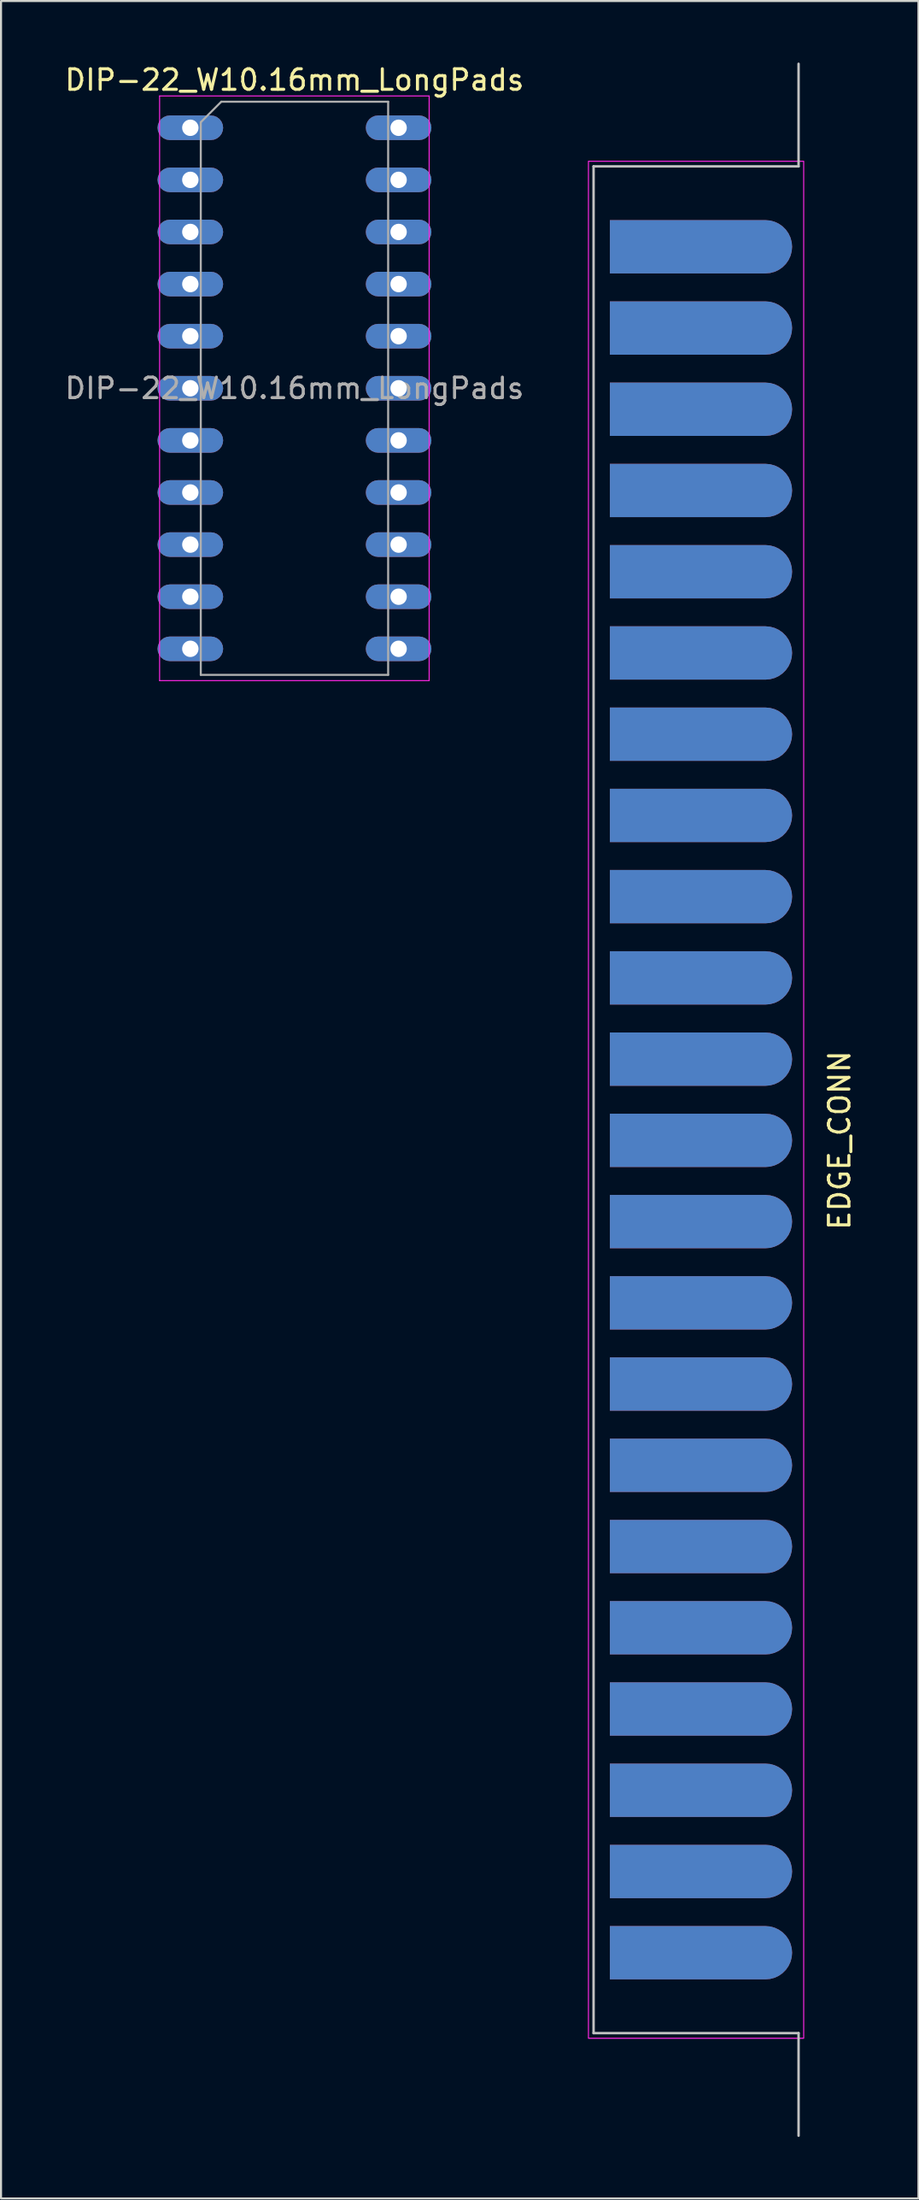
<source format=kicad_pcb>
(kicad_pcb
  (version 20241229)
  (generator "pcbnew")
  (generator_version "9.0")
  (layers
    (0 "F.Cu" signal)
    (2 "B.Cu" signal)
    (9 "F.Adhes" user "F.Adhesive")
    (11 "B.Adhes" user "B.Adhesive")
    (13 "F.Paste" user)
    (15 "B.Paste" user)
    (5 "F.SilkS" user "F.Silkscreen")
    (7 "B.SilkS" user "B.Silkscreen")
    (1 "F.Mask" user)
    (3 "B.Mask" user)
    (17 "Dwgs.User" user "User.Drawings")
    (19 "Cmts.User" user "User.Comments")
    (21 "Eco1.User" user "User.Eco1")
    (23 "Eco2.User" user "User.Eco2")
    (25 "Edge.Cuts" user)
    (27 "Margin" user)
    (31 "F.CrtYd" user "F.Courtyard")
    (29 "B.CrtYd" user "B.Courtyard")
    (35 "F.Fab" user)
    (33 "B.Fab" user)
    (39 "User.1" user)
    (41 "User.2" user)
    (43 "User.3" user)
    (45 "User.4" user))
  (footprint "EDGE_CONN"
    (layer "F.Cu")
    (at 31.146 50.56)
    (property "Reference" "EDGE_CONN" (at 6.76 1.98 90) (layer "F.SilkS") (effects (font (size 1 1) (thickness 0.15))))
    (attr smd)
    (fp_rect (start -5.36 -45.62) (end 4.7 45.62) (stroke (width 0.12) (type solid)) (fill yes) (layer "F.Mask"))
    (fp_rect (start -5.37 -45.62) (end 4.7 45.62) (stroke (width 0.12) (type solid)) (fill yes) (layer "B.Mask"))
    (fp_line (start -5.24 -45.5) (end -5.24 45.5) (stroke (width 0.12) (type solid)) (layer "Dwgs.User"))
    (fp_line (start -5.24 -45.5) (end 4.76 -45.5) (stroke (width 0.12) (type solid)) (layer "Dwgs.User"))
    (fp_line (start -5.24 45.5) (end 4.76 45.5) (stroke (width 0.12) (type solid)) (layer "Dwgs.User"))
    (fp_line (start 4.76 -45.5) (end 4.76 -50.5) (stroke (width 0.12) (type solid)) (layer "Dwgs.User"))
    (fp_line (start 4.76 45.5) (end 4.76 50.5) (stroke (width 0.12) (type solid)) (layer "Dwgs.User"))
    (fp_rect (start -5.49 -45.75) (end 5.01 45.75) (stroke (width 0.05) (type default)) (fill no) (layer "F.CrtYd"))
    (pad "1" connect roundrect (at 0 -41.58 90) (size 2.6 8.89) (layers "F.Cu") (roundrect_rratio 0.5) (chamfer_ratio 0) (chamfer top_left top_right))
    (pad "2" connect roundrect (at 0 -37.62 90) (size 2.6 8.89) (layers "F.Cu") (roundrect_rratio 0.5) (chamfer_ratio 0) (chamfer top_left top_right))
    (pad "3" connect roundrect (at 0 -33.66 90) (size 2.6 8.89) (layers "F.Cu") (roundrect_rratio 0.5) (chamfer_ratio 0) (chamfer top_left top_right))
    (pad "4" connect roundrect (at 0 -29.7 90) (size 2.6 8.89) (layers "F.Cu") (roundrect_rratio 0.5) (chamfer_ratio 0) (chamfer top_left top_right))
    (pad "5" connect roundrect (at 0 -25.74 90) (size 2.6 8.89) (layers "F.Cu") (roundrect_rratio 0.5) (chamfer_ratio 0) (chamfer top_left top_right))
    (pad "6" connect roundrect (at 0 -21.78 90) (size 2.6 8.89) (layers "F.Cu") (roundrect_rratio 0.5) (chamfer_ratio 0) (chamfer top_left top_right))
    (pad "7" connect roundrect (at 0 -17.82 90) (size 2.6 8.89) (layers "F.Cu") (roundrect_rratio 0.5) (chamfer_ratio 0) (chamfer top_left top_right))
    (pad "8" connect roundrect (at 0 -13.86 90) (size 2.6 8.89) (layers "F.Cu") (roundrect_rratio 0.5) (chamfer_ratio 0) (chamfer top_left top_right))
    (pad "9" connect roundrect (at 0 -9.9 90) (size 2.6 8.89) (layers "F.Cu") (roundrect_rratio 0.5) (chamfer_ratio 0) (chamfer top_left top_right))
    (pad "10" connect roundrect (at 0 -5.94 90) (size 2.6 8.89) (layers "F.Cu") (roundrect_rratio 0.5) (chamfer_ratio 0) (chamfer top_left top_right))
    (pad "11" connect roundrect (at 0 -1.98 90) (size 2.6 8.89) (layers "F.Cu") (roundrect_rratio 0.5) (chamfer_ratio 0) (chamfer top_left top_right))
    (pad "12" connect roundrect (at 0 1.98 90) (size 2.6 8.89) (layers "F.Cu") (roundrect_rratio 0.5) (chamfer_ratio 0) (chamfer top_left top_right))
    (pad "13" connect roundrect (at 0 5.94 90) (size 2.6 8.89) (layers "F.Cu") (roundrect_rratio 0.5) (chamfer_ratio 0) (chamfer top_left top_right))
    (pad "14" connect roundrect (at 0 9.9 90) (size 2.6 8.89) (layers "F.Cu") (roundrect_rratio 0.5) (chamfer_ratio 0) (chamfer top_left top_right))
    (pad "15" connect roundrect (at 0 13.86 90) (size 2.6 8.89) (layers "F.Cu") (roundrect_rratio 0.5) (chamfer_ratio 0) (chamfer top_left top_right))
    (pad "16" connect roundrect (at 0 17.82 90) (size 2.6 8.89) (layers "F.Cu") (roundrect_rratio 0.5) (chamfer_ratio 0) (chamfer top_left top_right))
    (pad "17" connect roundrect (at 0 21.78 90) (size 2.6 8.89) (layers "F.Cu") (roundrect_rratio 0.5) (chamfer_ratio 0) (chamfer top_left top_right))
    (pad "18" connect roundrect (at 0 25.74 90) (size 2.6 8.89) (layers "F.Cu") (roundrect_rratio 0.5) (chamfer_ratio 0) (chamfer top_left top_right))
    (pad "19" connect roundrect (at 0 29.7 90) (size 2.6 8.89) (layers "F.Cu") (roundrect_rratio 0.5) (chamfer_ratio 0) (chamfer top_left top_right))
    (pad "20" connect roundrect (at 0 33.66 90) (size 2.6 8.89) (layers "F.Cu") (roundrect_rratio 0.5) (chamfer_ratio 0) (chamfer top_left top_right))
    (pad "21" connect roundrect (at 0 37.62 90) (size 2.6 8.89) (layers "F.Cu") (roundrect_rratio 0.5) (chamfer_ratio 0) (chamfer top_left top_right))
    (pad "22" connect roundrect (at 0 41.58 90) (size 2.6 8.89) (layers "F.Cu") (roundrect_rratio 0.5) (chamfer_ratio 0) (chamfer top_left top_right))
    (pad "A" connect roundrect (at 0 -41.58 90) (size 2.6 8.89) (layers "B.Cu" "B.Mask") (roundrect_rratio 0.5) (chamfer_ratio 0) (chamfer top_left top_right))
    (pad "B" connect roundrect (at 0 -37.62 90) (size 2.6 8.89) (layers "B.Cu" "B.Mask") (roundrect_rratio 0.5) (chamfer_ratio 0) (chamfer top_left top_right))
    (pad "C" connect roundrect (at 0 -33.66 90) (size 2.6 8.89) (layers "B.Cu" "B.Mask") (roundrect_rratio 0.5) (chamfer_ratio 0) (chamfer top_left top_right))
    (pad "D" connect roundrect (at 0 -29.7 90) (size 2.6 8.89) (layers "B.Cu" "B.Mask") (roundrect_rratio 0.5) (chamfer_ratio 0) (chamfer top_left top_right))
    (pad "E" connect roundrect (at 0 -25.74 90) (size 2.6 8.89) (layers "B.Cu" "B.Mask") (roundrect_rratio 0.5) (chamfer_ratio 0) (chamfer top_left top_right))
    (pad "F" connect roundrect (at 0 -21.78 90) (size 2.6 8.89) (layers "B.Cu" "B.Mask") (roundrect_rratio 0.5) (chamfer_ratio 0) (chamfer top_left top_right))
    (pad "H" connect roundrect (at 0 -17.82 90) (size 2.6 8.89) (layers "B.Cu" "B.Mask") (roundrect_rratio 0.5) (chamfer_ratio 0) (chamfer top_left top_right))
    (pad "J" connect roundrect (at 0 -13.86 90) (size 2.6 8.89) (layers "B.Cu" "B.Mask") (roundrect_rratio 0.5) (chamfer_ratio 0) (chamfer top_left top_right))
    (pad "K" connect roundrect (at 0 -9.9 90) (size 2.6 8.89) (layers "B.Cu" "B.Mask") (roundrect_rratio 0.5) (chamfer_ratio 0) (chamfer top_left top_right))
    (pad "L" connect roundrect (at 0 -5.94 90) (size 2.6 8.89) (layers "B.Cu" "B.Mask") (roundrect_rratio 0.5) (chamfer_ratio 0) (chamfer top_left top_right))
    (pad "M" connect roundrect (at 0 -1.98 90) (size 2.6 8.89) (layers "B.Cu" "B.Mask") (roundrect_rratio 0.5) (chamfer_ratio 0) (chamfer top_left top_right))
    (pad "N" connect roundrect (at 0 1.98 90) (size 2.6 8.89) (layers "B.Cu" "B.Mask") (roundrect_rratio 0.5) (chamfer_ratio 0) (chamfer top_left top_right))
    (pad "P" connect roundrect (at 0 5.94 90) (size 2.6 8.89) (layers "B.Cu" "B.Mask") (roundrect_rratio 0.5) (chamfer_ratio 0) (chamfer top_left top_right))
    (pad "R" connect roundrect (at 0 9.9 90) (size 2.6 8.89) (layers "B.Cu" "B.Mask") (roundrect_rratio 0.5) (chamfer_ratio 0) (chamfer top_left top_right))
    (pad "S" connect roundrect (at 0 13.86 90) (size 2.6 8.89) (layers "B.Cu" "B.Mask") (roundrect_rratio 0.5) (chamfer_ratio 0) (chamfer top_left top_right))
    (pad "T" connect roundrect (at 0 17.82 90) (size 2.6 8.89) (layers "B.Cu" "B.Mask") (roundrect_rratio 0.5) (chamfer_ratio 0) (chamfer top_left top_right))
    (pad "U" connect roundrect (at 0 21.78 90) (size 2.6 8.89) (layers "B.Cu" "B.Mask") (roundrect_rratio 0.5) (chamfer_ratio 0) (chamfer top_left top_right))
    (pad "V" connect roundrect (at 0 25.74 90) (size 2.6 8.89) (layers "B.Cu" "B.Mask") (roundrect_rratio 0.5) (chamfer_ratio 0) (chamfer top_left top_right))
    (pad "W" connect roundrect (at 0 29.7 90) (size 2.6 8.89) (layers "B.Cu" "B.Mask") (roundrect_rratio 0.5) (chamfer_ratio 0) (chamfer top_left top_right))
    (pad "X" connect roundrect (at 0 33.66 90) (size 2.6 8.89) (layers "B.Cu" "B.Mask") (roundrect_rratio 0.5) (chamfer_ratio 0) (chamfer top_left top_right))
    (pad "Y" connect roundrect (at 0 37.62 90) (size 2.6 8.89) (layers "B.Cu" "B.Mask") (roundrect_rratio 0.5) (chamfer_ratio 0) (chamfer top_left top_right))
    (pad "Z" connect roundrect (at 0 41.58 90) (size 2.6 8.89) (layers "B.Cu" "B.Mask") (roundrect_rratio 0.5) (chamfer_ratio 0) (chamfer top_left top_right)))
  (footprint "DIP-22_W10.16mm_LongPads"
    (layer "F.Cu")
    (at 6.235 3.178)
    (property "Reference" "DIP-22_W10.16mm_LongPads" (at 5.08 -2.33 0) (layer "F.SilkS") (effects (font (size 1 1) (thickness 0.15))))
    (attr through_hole)
    (fp_rect (start -2 -1) (end 2 26.4) (stroke (width 0) (type solid)) (fill yes) (layer "F.Mask"))
    (fp_rect (start 8.16 -1) (end 12.16 26.4) (stroke (width 0) (type solid)) (fill yes) (layer "F.Mask"))
    (fp_rect (start 2 -1) (end -2 26.4) (stroke (width 0) (type solid)) (fill yes) (layer "B.Mask"))
    (fp_rect (start 12.16 -1) (end 8.16 26.4) (stroke (width 0) (type solid)) (fill yes) (layer "B.Mask"))
    (fp_line (start -1.5 -1.55) (end -1.5 26.95) (stroke (width 0.05) (type solid)) (layer "F.CrtYd"))
    (fp_line (start -1.5 26.95) (end 11.65 26.95) (stroke (width 0.05) (type solid)) (layer "F.CrtYd"))
    (fp_line (start 11.65 -1.55) (end -1.5 -1.55) (stroke (width 0.05) (type solid)) (layer "F.CrtYd"))
    (fp_line (start 11.65 26.95) (end 11.65 -1.55) (stroke (width 0.05) (type solid)) (layer "F.CrtYd"))
    (fp_line (start 0.51 -0.27) (end 1.51 -1.27) (stroke (width 0.1) (type solid)) (layer "F.Fab"))
    (fp_line (start 0.51 26.67) (end 0.51 -0.27) (stroke (width 0.1) (type solid)) (layer "F.Fab"))
    (fp_line (start 1.51 -1.27) (end 9.65 -1.27) (stroke (width 0.1) (type solid)) (layer "F.Fab"))
    (fp_line (start 9.65 -1.27) (end 9.65 26.67) (stroke (width 0.1) (type solid)) (layer "F.Fab"))
    (fp_line (start 9.65 26.67) (end 0.51 26.67) (stroke (width 0.1) (type solid)) (layer "F.Fab"))
    (fp_text user "${REFERENCE}" (at 5.08 12.7 0) (layer "F.Fab") (effects (font (size 1 1) (thickness 0.15))))
    (pad "1" thru_hole roundrect (at 0 0) (size 3.2 1.2) (drill 0.8) (layers "*.Cu" "*.Mask") (roundrect_rratio 0.5))
    (pad "2" thru_hole roundrect (at 0 2.54) (size 3.2 1.2) (drill 0.8) (layers "*.Cu" "*.Mask") (roundrect_rratio 0.5))
    (pad "3" thru_hole roundrect (at 0 5.08) (size 3.2 1.2) (drill 0.8) (layers "*.Cu" "*.Mask") (roundrect_rratio 0.5))
    (pad "4" thru_hole roundrect (at 0 7.62) (size 3.2 1.2) (drill 0.8) (layers "*.Cu" "*.Mask") (roundrect_rratio 0.5))
    (pad "5" thru_hole roundrect (at 0 10.16) (size 3.2 1.2) (drill 0.8) (layers "*.Cu" "*.Mask") (roundrect_rratio 0.5))
    (pad "6" thru_hole roundrect (at 0 12.7) (size 3.2 1.2) (drill 0.8) (layers "*.Cu" "*.Mask") (roundrect_rratio 0.5))
    (pad "7" thru_hole roundrect (at 0 15.24) (size 3.2 1.2) (drill 0.8) (layers "*.Cu" "*.Mask") (roundrect_rratio 0.5))
    (pad "8" thru_hole roundrect (at 0 17.78) (size 3.2 1.2) (drill 0.8) (layers "*.Cu" "*.Mask") (roundrect_rratio 0.5))
    (pad "9" thru_hole roundrect (at 0 20.32) (size 3.2 1.2) (drill 0.8) (layers "*.Cu" "*.Mask") (roundrect_rratio 0.5))
    (pad "10" thru_hole roundrect (at 0 22.86) (size 3.2 1.2) (drill 0.8) (layers "*.Cu" "*.Mask") (roundrect_rratio 0.5))
    (pad "11" thru_hole roundrect (at 0 25.4) (size 3.2 1.2) (drill 0.8) (layers "*.Cu" "*.Mask") (roundrect_rratio 0.5))
    (pad "12" thru_hole roundrect (at 10.16 25.4) (size 3.2 1.2) (drill 0.8) (layers "*.Cu" "*.Mask") (roundrect_rratio 0.5))
    (pad "13" thru_hole roundrect (at 10.16 22.86) (size 3.2 1.2) (drill 0.8) (layers "*.Cu" "*.Mask") (roundrect_rratio 0.5))
    (pad "14" thru_hole roundrect (at 10.16 20.32) (size 3.2 1.2) (drill 0.8) (layers "*.Cu" "*.Mask") (roundrect_rratio 0.5))
    (pad "15" thru_hole roundrect (at 10.16 17.78) (size 3.2 1.2) (drill 0.8) (layers "*.Cu" "*.Mask") (roundrect_rratio 0.5))
    (pad "16" thru_hole roundrect (at 10.16 15.24) (size 3.2 1.2) (drill 0.8) (layers "*.Cu" "*.Mask") (roundrect_rratio 0.5))
    (pad "17" thru_hole roundrect (at 10.16 12.7) (size 3.2 1.2) (drill 0.8) (layers "*.Cu" "*.Mask") (roundrect_rratio 0.5))
    (pad "18" thru_hole roundrect (at 10.16 10.16) (size 3.2 1.2) (drill 0.8) (layers "*.Cu" "*.Mask") (roundrect_rratio 0.5))
    (pad "19" thru_hole roundrect (at 10.16 7.62) (size 3.2 1.2) (drill 0.8) (layers "*.Cu" "*.Mask") (roundrect_rratio 0.5))
    (pad "20" thru_hole roundrect (at 10.16 5.08) (size 3.2 1.2) (drill 0.8) (layers "*.Cu" "*.Mask") (roundrect_rratio 0.5))
    (pad "21" thru_hole roundrect (at 10.16 2.54) (size 3.2 1.2) (drill 0.8) (layers "*.Cu" "*.Mask") (roundrect_rratio 0.5))
    (pad "22" thru_hole roundrect (at 10.16 0) (size 3.2 1.2) (drill 0.8) (layers "*.Cu" "*.Mask") (roundrect_rratio 0.5)))
  (gr_rect
    (start -3 -3)
    (end 41.754 104.12)
    (stroke (width 0.1) (type default))
    (fill no)
    (layer "Edge.Cuts")))
</source>
